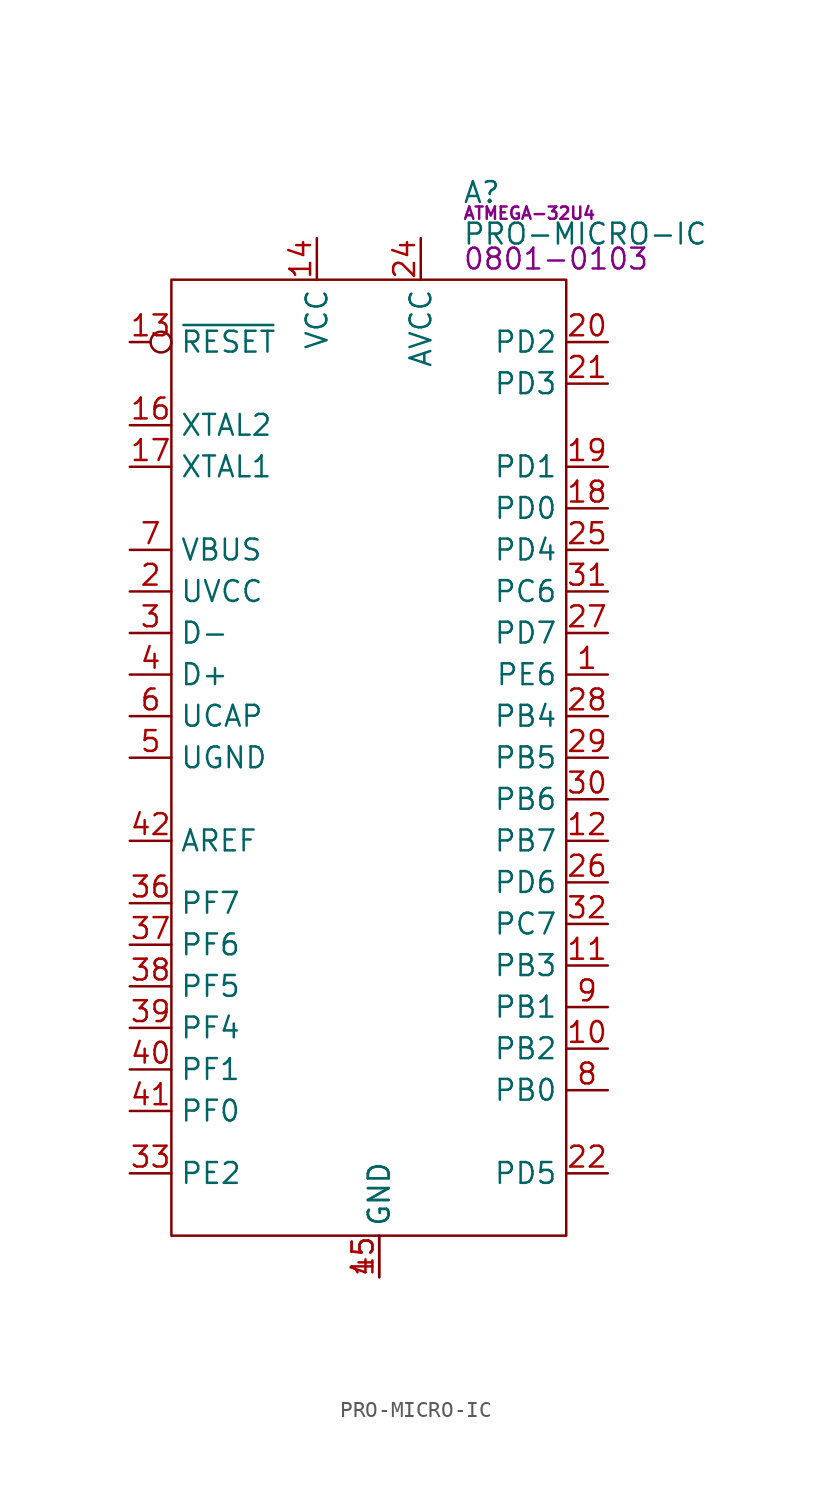
<source format=kicad_sym>
(kicad_symbol_lib
  (version 20220914)
  (generator kicad_symbol_editor)
  (symbol "PRO-MICRO-IC"
    (property "Reference" "A"
      (at 17.78 5.334 0)
      (effects (font (size 1.27 1.27)) (justify left)))
    (property "Value" "PRO-MICRO-IC"
      (at 17.78 2.794 0)
      (effects (font (size 1.27 1.27)) (justify left)))
    (property "IC" "ATMEGA-32U4"
      (at 17.78 4.064 0)
      (effects (font (size 0.75 0.75)) (justify left)))
    (property "PartNumber" "0801-0103"
      (at 17.78 1.27 0)
      (effects (font (size 1.27 1.27)) (justify left)))
    (symbol "PRO-MICRO-IC_0_0"
      (pin bidirectional line (at 26.67 -24.13 180) (length 2.54) (name "PE6" (effects (font (size 1.27 1.27)))) (number "1" (effects (font (size 1.27 1.27)))) (alternate "AIN0" input line) (alternate "D7" bidirectional line) (alternate "INT6" input line))
      (pin bidirectional line (at 26.67 -46.99 180) (length 2.54) (name "PB2" (effects (font (size 1.27 1.27)))) (number "10" (effects (font (size 1.27 1.27)))) (alternate "D16" bidirectional line) (alternate "PCINT2" input line) (alternate "PDI" input line) (alternate "SPI-COPI" output line))
      (pin bidirectional line (at 26.67 -41.91 180) (length 2.54) (name "PB3" (effects (font (size 1.27 1.27)))) (number "11" (effects (font (size 1.27 1.27)))) (alternate "D14" bidirectional line) (alternate "PCINT3" bidirectional line) (alternate "PDO" output line) (alternate "SPI-CIPO" input line))
      (pin bidirectional line (at 26.67 -34.29 180) (length 2.54) (name "PB7" (effects (font (size 1.27 1.27)))) (number "12" (effects (font (size 1.27 1.27)))) (alternate "D11~" bidirectional line) (alternate "OC0A" input line) (alternate "PCINT7" input line) (alternate "~{RTS}" bidirectional line))
      (pin input inverted (at -2.54 -3.81 0) (length 2.54) (name "~{RESET}" (effects (font (size 1.27 1.27)))) (number "13" (effects (font (size 1.27 1.27)))))
      (pin power_in line (at 8.89 2.54 270) (length 2.54) (name "VCC" (effects (font (size 1.27 1.27)))) (number "14" (effects (font (size 1.27 1.27)))))
      (pin power_in line (at 12.7 -60.96 90) (length 2.54) (name "GND" (effects (font (size 1.27 1.27)))) (number "15" (effects (font (size 1.27 1.27)))))
      (pin input line (at -2.54 -8.89 0) (length 2.54) (name "XTAL2" (effects (font (size 1.27 1.27)))) (number "16" (effects (font (size 1.27 1.27)))))
      (pin input line (at -2.54 -11.43 0) (length 2.54) (name "XTAL1" (effects (font (size 1.27 1.27)))) (number "17" (effects (font (size 1.27 1.27)))))
      (pin bidirectional line (at 26.67 -13.97 180) (length 2.54) (name "PD0" (effects (font (size 1.27 1.27)))) (number "18" (effects (font (size 1.27 1.27)))) (alternate "D3~" bidirectional line) (alternate "I2C-SCLK" bidirectional line) (alternate "INT0" input line) (alternate "OC0B" input line))
      (pin bidirectional line (at 26.67 -11.43 180) (length 2.54) (name "PD1" (effects (font (size 1.27 1.27)))) (number "19" (effects (font (size 1.27 1.27)))) (alternate "D2" bidirectional line) (alternate "I2C-SDA" bidirectional line) (alternate "INT1" input line))
      (pin power_in line (at -2.54 -19.05 0) (length 2.54) (name "UVCC" (effects (font (size 1.27 1.27)))) (number "2" (effects (font (size 1.27 1.27)))))
      (pin bidirectional line (at 26.67 -3.81 180) (length 2.54) (name "PD2" (effects (font (size 1.27 1.27)))) (number "20" (effects (font (size 1.27 1.27)))) (alternate "D0" bidirectional line) (alternate "INT2" input line) (alternate "RXD" input line))
      (pin bidirectional line (at 26.67 -6.35 180) (length 2.54) (name "PD3" (effects (font (size 1.27 1.27)))) (number "21" (effects (font (size 1.27 1.27)))) (alternate "D1" bidirectional line) (alternate "INT3" input line) (alternate "TXD" output line))
      (pin bidirectional line (at 26.67 -54.61 180) (length 2.54) (name "PD5" (effects (font (size 1.27 1.27)))) (number "22" (effects (font (size 1.27 1.27)))) (alternate "D30" bidirectional line) (alternate "XCK1" input line) (alternate "~{CTS}" bidirectional line))
      (pin power_in line (at 12.7 -60.96 90) (length 2.54) hide (name "GND" (effects (font (size 1.27 1.27)))) (number "23" (effects (font (size 1.27 1.27)))))
      (pin power_in line (at 15.24 2.54 270) (length 2.54) (name "AVCC" (effects (font (size 1.27 1.27)))) (number "24" (effects (font (size 1.27 1.27)))))
      (pin bidirectional line (at 26.67 -16.51 180) (length 2.54) (name "PD4" (effects (font (size 1.27 1.27)))) (number "25" (effects (font (size 1.27 1.27)))) (alternate "A6" input line) (alternate "D4" bidirectional line) (alternate "ICP1" input line))
      (pin bidirectional line (at 26.67 -36.83 180) (length 2.54) (name "PD6" (effects (font (size 1.27 1.27)))) (number "26" (effects (font (size 1.27 1.27)))) (alternate "?A10?" input line) (alternate "D12" bidirectional line) (alternate "T1" input line) (alternate "~{OC4D}" input line))
      (pin bidirectional line (at 26.67 -21.59 180) (length 2.54) (name "PD7" (effects (font (size 1.27 1.27)))) (number "27" (effects (font (size 1.27 1.27)))) (alternate "A7" input line) (alternate "D6~" bidirectional line) (alternate "OC4D" input line) (alternate "T0" input line))
      (pin bidirectional line (at 26.67 -26.67 180) (length 2.54) (name "PB4" (effects (font (size 1.27 1.27)))) (number "28" (effects (font (size 1.27 1.27)))) (alternate "A8" input line) (alternate "D8" bidirectional line) (alternate "PCINT4" input line))
      (pin bidirectional line (at 26.67 -29.21 180) (length 2.54) (name "PB5" (effects (font (size 1.27 1.27)))) (number "29" (effects (font (size 1.27 1.27)))) (alternate "A9" input line) (alternate "D9~" bidirectional line) (alternate "OC1A" input line) (alternate "PCINT5" input line) (alternate "~{OC4B}" input line))
      (pin bidirectional line (at -2.54 -21.59 0) (length 2.54) (name "D-" (effects (font (size 1.27 1.27)))) (number "3" (effects (font (size 1.27 1.27)))))
      (pin bidirectional line (at 26.67 -31.75 180) (length 2.54) (name "PB6" (effects (font (size 1.27 1.27)))) (number "30" (effects (font (size 1.27 1.27)))) (alternate "A10" input line) (alternate "D10~" bidirectional line) (alternate "OC1B" input line) (alternate "OC4B" input line) (alternate "PCINT6" input line))
      (pin bidirectional line (at 26.67 -19.05 180) (length 2.54) (name "PC6" (effects (font (size 1.27 1.27)))) (number "31" (effects (font (size 1.27 1.27)))) (alternate "D5~" bidirectional line) (alternate "OC3A" input line) (alternate "~{OC4A}" input line))
      (pin bidirectional line (at 26.67 -39.37 180) (length 2.54) (name "PC7" (effects (font (size 1.27 1.27)))) (number "32" (effects (font (size 1.27 1.27)))) (alternate "CLK0" input line) (alternate "D13~" bidirectional line) (alternate "ICP3" input line) (alternate "OC4A" input line))
      (pin power_in line (at 8.89 2.54 270) (length 2.54) hide (name "VCC" (effects (font (size 1.27 1.27)))) (number "34" (effects (font (size 1.27 1.27)))))
      (pin power_in line (at 12.7 -60.96 90) (length 2.54) hide (name "GND" (effects (font (size 1.27 1.27)))) (number "35" (effects (font (size 1.27 1.27)))))
      (pin bidirectional line (at -2.54 -38.1 0) (length 2.54) (name "PF7" (effects (font (size 1.27 1.27)))) (number "36" (effects (font (size 1.27 1.27)))) (alternate "A0" input line) (alternate "TDI" input line))
      (pin bidirectional line (at -2.54 -40.64 0) (length 2.54) (name "PF6" (effects (font (size 1.27 1.27)))) (number "37" (effects (font (size 1.27 1.27)))) (alternate "A1" input line) (alternate "TDO" output line))
      (pin bidirectional line (at -2.54 -43.18 0) (length 2.54) (name "PF5" (effects (font (size 1.27 1.27)))) (number "38" (effects (font (size 1.27 1.27)))) (alternate "A2" input line) (alternate "TMS" bidirectional line))
      (pin bidirectional line (at -2.54 -45.72 0) (length 2.54) (name "PF4" (effects (font (size 1.27 1.27)))) (number "39" (effects (font (size 1.27 1.27)))) (alternate "A3" input line) (alternate "TCK" bidirectional line))
      (pin bidirectional line (at -2.54 -24.13 0) (length 2.54) (name "D+" (effects (font (size 1.27 1.27)))) (number "4" (effects (font (size 1.27 1.27)))))
      (pin bidirectional line (at -2.54 -48.26 0) (length 2.54) (name "PF1" (effects (font (size 1.27 1.27)))) (number "40" (effects (font (size 1.27 1.27)))) (alternate "A4" input line))
      (pin bidirectional line (at -2.54 -50.8 0) (length 2.54) (name "PF0" (effects (font (size 1.27 1.27)))) (number "41" (effects (font (size 1.27 1.27)))) (alternate "A5" input line))
      (pin input line (at -2.54 -34.29 0) (length 2.54) (name "AREF" (effects (font (size 1.27 1.27)))) (number "42" (effects (font (size 1.27 1.27)))))
      (pin power_in line (at 12.7 -60.96 90) (length 2.54) hide (name "GND" (effects (font (size 1.27 1.27)))) (number "43" (effects (font (size 1.27 1.27)))))
      (pin power_in line (at 15.24 2.54 270) (length 2.54) hide (name "AVCC" (effects (font (size 1.27 1.27)))) (number "44" (effects (font (size 1.27 1.27)))))
      (pin power_in line (at 12.7 -60.96 90) (length 2.54) (name "GND" (effects (font (size 1.27 1.27)))) (number "45" (effects (font (size 1.27 1.27)))))
      (pin power_in line (at -2.54 -29.21 0) (length 2.54) (name "UGND" (effects (font (size 1.27 1.27)))) (number "5" (effects (font (size 1.27 1.27)))))
      (pin power_out line (at -2.54 -26.67 0) (length 2.54) (name "UCAP" (effects (font (size 1.27 1.27)))) (number "6" (effects (font (size 1.27 1.27)))))
      (pin input line (at -2.54 -16.51 0) (length 2.54) (name "VBUS" (effects (font (size 1.27 1.27)))) (number "7" (effects (font (size 1.27 1.27)))))
      (pin bidirectional line (at 26.67 -49.53 180) (length 2.54) (name "PB0" (effects (font (size 1.27 1.27)))) (number "8" (effects (font (size 1.27 1.27)))) (alternate "D17" bidirectional line) (alternate "PCINT0" input line) (alternate "SPI-SS" output line))
      (pin bidirectional line (at 26.67 -44.45 180) (length 2.54) (name "PB1" (effects (font (size 1.27 1.27)))) (number "9" (effects (font (size 1.27 1.27)))) (alternate "D15" bidirectional line) (alternate "PCINT1" input line) (alternate "SPI-SCLK" output line)))
    (symbol "PRO-MICRO-IC_0_1"
      (rectangle (start 0 0) (end 24.13 -58.42) (stroke (width 0) (type default)) (fill (type none)))
      (pin unspecified line (at -2.54 -54.61 0) (length 2.54) (name "PE2" (effects (font (size 1.27 1.27)))) (number "33" (effects (font (size 1.27 1.27)))) (alternate "~{HWB}" unspecified line)))))
</source>
